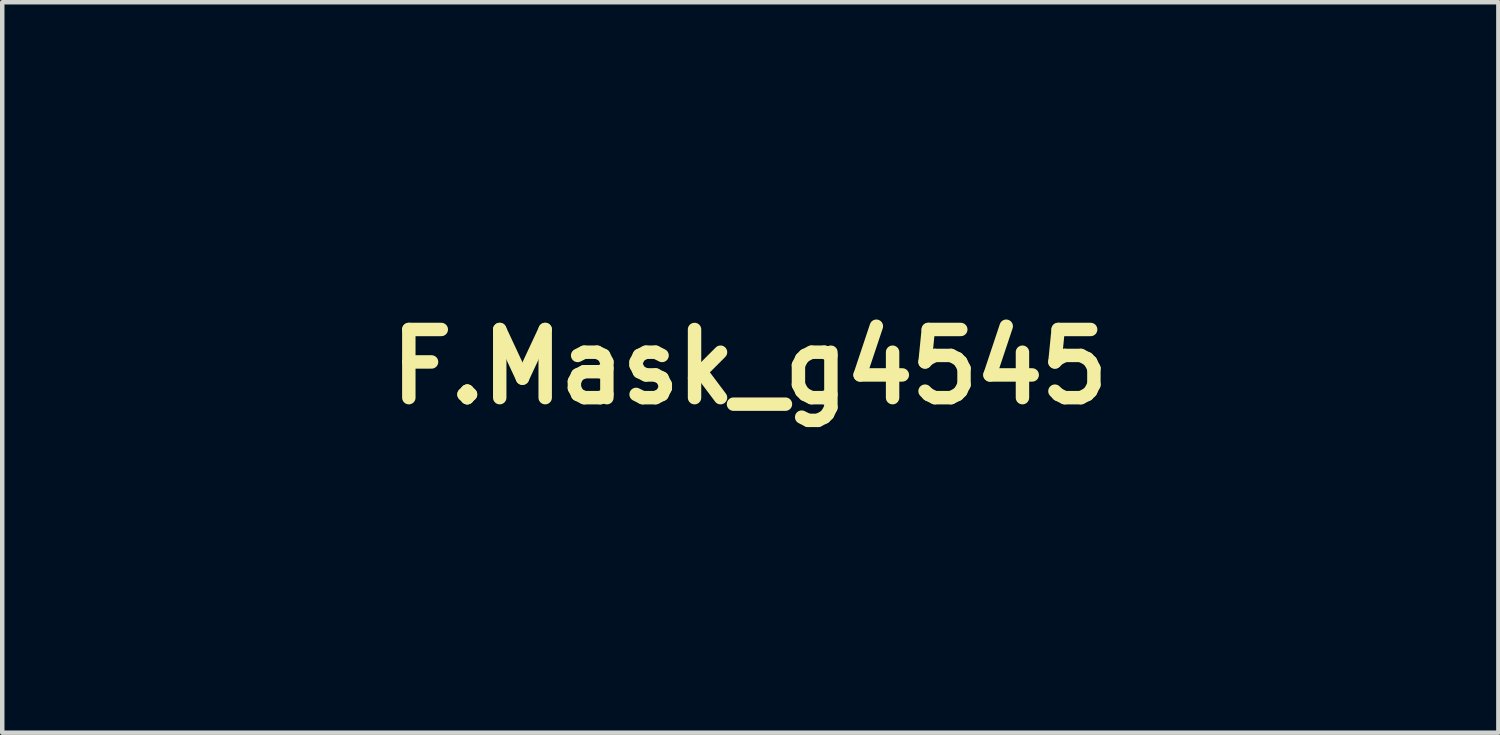
<source format=kicad_pcb>
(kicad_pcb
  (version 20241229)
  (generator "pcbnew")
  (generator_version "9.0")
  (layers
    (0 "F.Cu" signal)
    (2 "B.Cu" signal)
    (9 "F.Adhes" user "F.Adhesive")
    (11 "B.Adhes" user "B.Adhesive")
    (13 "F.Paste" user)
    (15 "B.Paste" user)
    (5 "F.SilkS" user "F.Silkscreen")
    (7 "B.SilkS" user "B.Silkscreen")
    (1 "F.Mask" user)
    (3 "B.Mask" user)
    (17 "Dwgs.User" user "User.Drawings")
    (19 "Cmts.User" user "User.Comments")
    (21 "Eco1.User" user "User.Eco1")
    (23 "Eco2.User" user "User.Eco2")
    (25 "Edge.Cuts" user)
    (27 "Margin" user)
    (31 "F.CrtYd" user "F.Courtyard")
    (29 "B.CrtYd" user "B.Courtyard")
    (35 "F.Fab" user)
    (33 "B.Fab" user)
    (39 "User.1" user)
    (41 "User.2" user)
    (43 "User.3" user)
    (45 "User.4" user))
  (footprint "F.Mask_g4545"
    (layer "F.Cu")
    (at 13.708 5.149)
    (property "Reference" "F.Mask_g4545" (at 0 0 0) (layer "F.SilkS") (effects (font (size 1.524 1.524) (thickness 0.3))))
    (attr through_hole)
    (fp_poly (pts (xy -0.152 -0.813) (xy 0.92 -0.813) (xy 0.906 -0.756) (xy 0.897 -0.701) (xy 0.885 -0.616) (xy 0.875 -0.527) (xy 0.858 -0.356) (xy -0.737 -0.356) (xy -0.737 -2.794) (xy -0.152 -2.794) (xy -0.152 -0.813)) (stroke (width 0.01) (type solid)) (fill yes) (layer "F.Mask"))
    (fp_poly (pts (xy 1.958 1.365) (xy 1.942 1.46) (xy 1.473 1.475) (xy 1.473 2.87) (xy 1.245 2.87) (xy 1.245 1.475) (xy 0.775 1.46) (xy 0.767 1.365) (xy 0.759 1.27) (xy 1.973 1.27) (xy 1.958 1.365)) (stroke (width 0.01) (type solid)) (fill yes) (layer "F.Mask"))
    (fp_poly (pts (xy 8.599 -1.049) (xy 8.701 -0.981) (xy 8.78 -0.876) (xy 8.791 -0.853) (xy 8.829 -0.745) (xy 8.833 -0.651) (xy 8.801 -0.549) (xy 8.787 -0.517) (xy 8.71 -0.411) (xy 8.605 -0.335) (xy 8.484 -0.294) (xy 8.359 -0.295) (xy 8.326 -0.304) (xy 8.205 -0.365) (xy 8.111 -0.46) (xy 8.05 -0.576) (xy 8.03 -0.704) (xy 8.035 -0.751) (xy 8.077 -0.879) (xy 8.153 -0.977) (xy 8.252 -1.044) (xy 8.365 -1.079) (xy 8.484 -1.081) (xy 8.599 -1.049)) (stroke (width 0.01) (type solid)) (fill yes) (layer "F.Mask"))
    (fp_poly (pts (xy -3.937 2.692) (xy -3.607 2.692) (xy -3.607 2.87) (xy -4.547 2.87) (xy -4.547 2.692) (xy -4.14 2.692) (xy -4.14 1.5) (xy -4.299 1.601) (xy -4.38 1.65) (xy -4.446 1.686) (xy -4.484 1.701) (xy -4.487 1.702) (xy -4.514 1.685) (xy -4.551 1.645) (xy -4.582 1.601) (xy -4.595 1.569) (xy -4.593 1.564) (xy -4.569 1.549) (xy -4.511 1.513) (xy -4.429 1.462) (xy -4.35 1.414) (xy -4.22 1.339) (xy -4.123 1.292) (xy -4.05 1.272) (xy -4.026 1.27) (xy -3.937 1.27) (xy -3.937 2.692)) (stroke (width 0.01) (type solid)) (fill yes) (layer "F.Mask"))
    (fp_poly (pts (xy -2.565 2.692) (xy -2.235 2.692) (xy -2.235 2.87) (xy -3.175 2.87) (xy -3.175 2.692) (xy -2.769 2.692) (xy -2.769 1.498) (xy -2.93 1.6) (xy -3.011 1.649) (xy -3.077 1.685) (xy -3.115 1.702) (xy -3.118 1.702) (xy -3.144 1.685) (xy -3.179 1.645) (xy -3.21 1.601) (xy -3.223 1.569) (xy -3.221 1.564) (xy -3.198 1.549) (xy -3.14 1.513) (xy -3.058 1.462) (xy -2.982 1.414) (xy -2.858 1.341) (xy -2.766 1.295) (xy -2.695 1.273) (xy -2.658 1.27) (xy -2.565 1.27) (xy -2.565 2.692)) (stroke (width 0.01) (type solid)) (fill yes) (layer "F.Mask"))
    (fp_poly (pts (xy -1.754 -2.794) (xy -1.575 -2.793) (xy -1.437 -2.792) (xy -1.334 -2.789) (xy -1.261 -2.786) (xy -1.215 -2.78) (xy -1.188 -2.773) (xy -1.177 -2.764) (xy -1.177 -2.752) (xy -1.177 -2.75) (xy -1.188 -2.699) (xy -1.2 -2.621) (xy -1.206 -2.578) (xy -1.214 -2.504) (xy -1.223 -2.449) (xy -1.239 -2.41) (xy -1.269 -2.385) (xy -1.319 -2.37) (xy -1.398 -2.364) (xy -1.511 -2.362) (xy -1.665 -2.362) (xy -1.729 -2.362) (xy -2.21 -2.362) (xy -2.21 -1.753) (xy -1.346 -1.753) (xy -1.346 -1.321) (xy -2.21 -1.321) (xy -2.21 -0.356) (xy -2.794 -0.356) (xy -2.794 -2.794) (xy -1.979 -2.794) (xy -1.754 -2.794)) (stroke (width 0.01) (type solid)) (fill yes) (layer "F.Mask"))
    (fp_poly (pts (xy 6.756 -0.787) (xy 7.214 -0.787) (xy 7.214 -0.356) (xy 5.613 -0.356) (xy 5.613 -0.787) (xy 6.198 -0.787) (xy 6.198 -1.499) (xy 6.197 -1.683) (xy 6.195 -1.849) (xy 6.193 -1.991) (xy 6.19 -2.103) (xy 6.186 -2.178) (xy 6.182 -2.209) (xy 6.181 -2.21) (xy 6.154 -2.197) (xy 6.094 -2.163) (xy 6.011 -2.112) (xy 5.938 -2.067) (xy 5.844 -2.01) (xy 5.764 -1.968) (xy 5.71 -1.947) (xy 5.692 -1.946) (xy 5.665 -1.983) (xy 5.624 -2.046) (xy 5.577 -2.123) (xy 5.531 -2.2) (xy 5.492 -2.268) (xy 5.469 -2.312) (xy 5.465 -2.323) (xy 5.489 -2.338) (xy 5.548 -2.375) (xy 5.637 -2.43) (xy 5.748 -2.498) (xy 5.854 -2.562) (xy 6.235 -2.794) (xy 6.756 -2.794) (xy 6.756 -0.787)) (stroke (width 0.01) (type solid)) (fill yes) (layer "F.Mask"))
    (fp_poly (pts (xy 10.973 -0.787) (xy 11.43 -0.787) (xy 11.43 -0.356) (xy 9.83 -0.356) (xy 9.83 -0.787) (xy 10.414 -0.787) (xy 10.414 -1.499) (xy 10.413 -1.683) (xy 10.412 -1.849) (xy 10.409 -1.991) (xy 10.406 -2.103) (xy 10.403 -2.178) (xy 10.398 -2.209) (xy 10.398 -2.21) (xy 10.371 -2.197) (xy 10.311 -2.163) (xy 10.227 -2.112) (xy 10.155 -2.067) (xy 10.06 -2.01) (xy 9.981 -1.968) (xy 9.927 -1.947) (xy 9.908 -1.946) (xy 9.881 -1.983) (xy 9.841 -2.046) (xy 9.793 -2.123) (xy 9.747 -2.201) (xy 9.708 -2.268) (xy 9.685 -2.312) (xy 9.682 -2.324) (xy 9.705 -2.339) (xy 9.765 -2.375) (xy 9.854 -2.43) (xy 9.965 -2.497) (xy 10.073 -2.563) (xy 10.455 -2.794) (xy 10.973 -2.794) (xy 10.973 -0.787)) (stroke (width 0.01) (type solid)) (fill yes) (layer "F.Mask"))
    (fp_poly (pts (xy -10.109 -0.787) (xy -9.652 -0.787) (xy -9.652 -0.356) (xy -11.252 -0.356) (xy -11.252 -0.787) (xy -10.668 -0.787) (xy -10.668 -1.499) (xy -10.669 -1.683) (xy -10.67 -1.849) (xy -10.673 -1.991) (xy -10.676 -2.103) (xy -10.679 -2.178) (xy -10.684 -2.209) (xy -10.684 -2.21) (xy -10.711 -2.197) (xy -10.771 -2.163) (xy -10.854 -2.112) (xy -10.922 -2.07) (xy -11.015 -2.012) (xy -11.092 -1.966) (xy -11.142 -1.937) (xy -11.157 -1.93) (xy -11.176 -1.95) (xy -11.212 -2.002) (xy -11.259 -2.073) (xy -11.308 -2.152) (xy -11.354 -2.227) (xy -11.387 -2.287) (xy -11.401 -2.32) (xy -11.401 -2.323) (xy -11.377 -2.338) (xy -11.318 -2.375) (xy -11.229 -2.43) (xy -11.118 -2.498) (xy -11.012 -2.563) (xy -10.632 -2.794) (xy -10.109 -2.794) (xy -10.109 -0.787)) (stroke (width 0.01) (type solid)) (fill yes) (layer "F.Mask"))
    (fp_poly (pts (xy 4.866 -1.302) (xy 4.555 -0.368) (xy 4.22 -0.361) (xy 4.075 -0.359) (xy 3.973 -0.361) (xy 3.91 -0.368) (xy 3.879 -0.379) (xy 3.873 -0.387) (xy 3.858 -0.428) (xy 3.83 -0.509) (xy 3.792 -0.623) (xy 3.744 -0.763) (xy 3.689 -0.924) (xy 3.63 -1.098) (xy 3.569 -1.279) (xy 3.507 -1.461) (xy 3.448 -1.637) (xy 3.392 -1.802) (xy 3.343 -1.949) (xy 3.302 -2.07) (xy 3.272 -2.161) (xy 3.255 -2.214) (xy 3.251 -2.225) (xy 3.275 -2.229) (xy 3.34 -2.231) (xy 3.436 -2.232) (xy 3.554 -2.23) (xy 3.561 -2.23) (xy 3.871 -2.223) (xy 4.226 -0.832) (xy 4.383 -1.426) (xy 4.429 -1.598) (xy 4.472 -1.76) (xy 4.51 -1.904) (xy 4.541 -2.02) (xy 4.562 -2.1) (xy 4.57 -2.127) (xy 4.599 -2.235) (xy 5.178 -2.235) (xy 4.866 -1.302)) (stroke (width 0.01) (type solid)) (fill yes) (layer "F.Mask"))
    (fp_poly (pts (xy 2.913 1.646) (xy 3.044 1.707) (xy 3.143 1.807) (xy 3.21 1.946) (xy 3.244 2.123) (xy 3.246 2.151) (xy 3.258 2.337) (xy 2.437 2.337) (xy 2.454 2.407) (xy 2.506 2.543) (xy 2.588 2.639) (xy 2.695 2.694) (xy 2.822 2.705) (xy 2.966 2.671) (xy 3.018 2.649) (xy 3.077 2.623) (xy 3.111 2.624) (xy 3.142 2.652) (xy 3.153 2.665) (xy 3.187 2.713) (xy 3.2 2.743) (xy 3.179 2.764) (xy 3.125 2.797) (xy 3.08 2.82) (xy 2.938 2.867) (xy 2.785 2.887) (xy 2.642 2.877) (xy 2.578 2.859) (xy 2.466 2.795) (xy 2.365 2.698) (xy 2.288 2.584) (xy 2.259 2.511) (xy 2.244 2.425) (xy 2.234 2.316) (xy 2.231 2.226) (xy 2.239 2.159) (xy 2.437 2.159) (xy 2.743 2.159) (xy 2.871 2.159) (xy 2.958 2.156) (xy 3.01 2.15) (xy 3.037 2.14) (xy 3.047 2.123) (xy 3.048 2.107) (xy 3.031 2.02) (xy 2.989 1.928) (xy 2.933 1.857) (xy 2.918 1.845) (xy 2.838 1.813) (xy 2.738 1.805) (xy 2.643 1.821) (xy 2.596 1.843) (xy 2.526 1.919) (xy 2.471 2.03) (xy 2.454 2.089) (xy 2.437 2.159) (xy 2.239 2.159) (xy 2.252 2.042) (xy 2.309 1.887) (xy 2.399 1.764) (xy 2.519 1.678) (xy 2.664 1.632) (xy 2.752 1.626) (xy 2.913 1.646)) (stroke (width 0.01) (type solid)) (fill yes) (layer "F.Mask"))
    (fp_poly (pts (xy 5.45 1.65) (xy 5.497 1.684) (xy 5.556 1.743) (xy 5.629 1.685) (xy 5.718 1.64) (xy 5.822 1.626) (xy 5.92 1.643) (xy 5.962 1.664) (xy 5.999 1.705) (xy 6.028 1.774) (xy 6.048 1.875) (xy 6.06 2.011) (xy 6.066 2.189) (xy 6.065 2.413) (xy 6.065 2.414) (xy 6.058 2.857) (xy 5.867 2.873) (xy 5.867 2.366) (xy 5.867 2.188) (xy 5.865 2.054) (xy 5.861 1.958) (xy 5.855 1.892) (xy 5.845 1.849) (xy 5.833 1.824) (xy 5.827 1.818) (xy 5.791 1.786) (xy 5.775 1.778) (xy 5.73 1.793) (xy 5.671 1.829) (xy 5.621 1.87) (xy 5.604 1.893) (xy 5.599 1.931) (xy 5.594 2.011) (xy 5.591 2.123) (xy 5.589 2.26) (xy 5.588 2.402) (xy 5.588 2.87) (xy 5.385 2.87) (xy 5.385 2.364) (xy 5.384 2.187) (xy 5.382 2.053) (xy 5.378 1.957) (xy 5.372 1.891) (xy 5.363 1.849) (xy 5.35 1.824) (xy 5.345 1.818) (xy 5.308 1.786) (xy 5.293 1.778) (xy 5.248 1.793) (xy 5.189 1.829) (xy 5.139 1.87) (xy 5.121 1.893) (xy 5.116 1.931) (xy 5.112 2.011) (xy 5.108 2.123) (xy 5.106 2.26) (xy 5.105 2.402) (xy 5.105 2.87) (xy 4.902 2.87) (xy 4.902 1.651) (xy 4.991 1.651) (xy 5.052 1.656) (xy 5.077 1.678) (xy 5.08 1.704) (xy 5.083 1.736) (xy 5.098 1.738) (xy 5.136 1.71) (xy 5.158 1.691) (xy 5.253 1.638) (xy 5.355 1.624) (xy 5.45 1.65)) (stroke (width 0.01) (type solid)) (fill yes) (layer "F.Mask"))
    (fp_poly (pts (xy -5.296 1.287) (xy -5.182 1.362) (xy -5.087 1.476) (xy -5.017 1.628) (xy -5.013 1.639) (xy -4.987 1.762) (xy -4.972 1.916) (xy -4.967 2.082) (xy -4.973 2.247) (xy -4.99 2.394) (xy -5.016 2.502) (xy -5.091 2.66) (xy -5.192 2.78) (xy -5.315 2.859) (xy -5.455 2.893) (xy -5.486 2.894) (xy -5.567 2.883) (xy -5.658 2.856) (xy -5.68 2.847) (xy -5.801 2.764) (xy -5.897 2.637) (xy -5.905 2.62) (xy -5.677 2.62) (xy -5.617 2.669) (xy -5.528 2.712) (xy -5.432 2.708) (xy -5.353 2.667) (xy -5.303 2.612) (xy -5.257 2.534) (xy -5.245 2.509) (xy -5.222 2.425) (xy -5.204 2.306) (xy -5.191 2.168) (xy -5.185 2.028) (xy -5.187 1.901) (xy -5.197 1.804) (xy -5.199 1.796) (xy -5.22 1.7) (xy -5.448 2.16) (xy -5.677 2.62) (xy -5.905 2.62) (xy -5.957 2.502) (xy -5.985 2.385) (xy -6.001 2.235) (xy -6.003 2.148) (xy -5.788 2.148) (xy -5.779 2.277) (xy -5.76 2.451) (xy -5.524 1.981) (xy -5.442 1.817) (xy -5.382 1.692) (xy -5.342 1.601) (xy -5.32 1.539) (xy -5.312 1.5) (xy -5.318 1.48) (xy -5.319 1.479) (xy -5.384 1.442) (xy -5.471 1.429) (xy -5.559 1.44) (xy -5.603 1.459) (xy -5.67 1.531) (xy -5.725 1.644) (xy -5.764 1.79) (xy -5.785 1.961) (xy -5.788 2.148) (xy -6.003 2.148) (xy -6.006 2.068) (xy -5.999 1.9) (xy -5.982 1.748) (xy -5.956 1.639) (xy -5.885 1.484) (xy -5.789 1.368) (xy -5.675 1.29) (xy -5.55 1.251) (xy -5.421 1.249) (xy -5.296 1.287)) (stroke (width 0.01) (type solid)) (fill yes) (layer "F.Mask"))
    (fp_poly (pts (xy -1.166 1.295) (xy -1.052 1.38) (xy -0.963 1.506) (xy -0.9 1.673) (xy -0.864 1.88) (xy -0.855 2.07) (xy -0.868 2.307) (xy -0.907 2.502) (xy -0.974 2.656) (xy -1.069 2.772) (xy -1.168 2.838) (xy -1.308 2.887) (xy -1.446 2.886) (xy -1.563 2.848) (xy -1.679 2.775) (xy -1.768 2.672) (xy -1.783 2.642) (xy -1.571 2.642) (xy -1.503 2.679) (xy -1.396 2.715) (xy -1.299 2.701) (xy -1.22 2.646) (xy -1.163 2.572) (xy -1.122 2.474) (xy -1.093 2.343) (xy -1.076 2.207) (xy -1.071 2.112) (xy -1.071 2.009) (xy -1.076 1.907) (xy -1.085 1.817) (xy -1.096 1.75) (xy -1.109 1.717) (xy -1.117 1.718) (xy -1.134 1.747) (xy -1.169 1.814) (xy -1.218 1.912) (xy -1.279 2.034) (xy -1.346 2.173) (xy -1.354 2.191) (xy -1.571 2.642) (xy -1.783 2.642) (xy -1.832 2.536) (xy -1.872 2.362) (xy -1.89 2.146) (xy -1.891 2.07) (xy -1.89 2.047) (xy -1.673 2.047) (xy -1.672 2.147) (xy -1.668 2.247) (xy -1.661 2.336) (xy -1.653 2.402) (xy -1.643 2.434) (xy -1.639 2.434) (xy -1.626 2.41) (xy -1.594 2.347) (xy -1.546 2.253) (xy -1.486 2.133) (xy -1.417 1.996) (xy -1.4 1.963) (xy -1.169 1.5) (xy -1.243 1.461) (xy -1.35 1.426) (xy -1.445 1.439) (xy -1.518 1.484) (xy -1.58 1.559) (xy -1.625 1.668) (xy -1.656 1.816) (xy -1.67 1.958) (xy -1.673 2.047) (xy -1.89 2.047) (xy -1.884 1.865) (xy -1.861 1.7) (xy -1.82 1.567) (xy -1.757 1.457) (xy -1.692 1.381) (xy -1.614 1.312) (xy -1.54 1.274) (xy -1.464 1.256) (xy -1.303 1.253) (xy -1.166 1.295)) (stroke (width 0.01) (type solid)) (fill yes) (layer "F.Mask"))
    (fp_poly (pts (xy -6.151 -2.846) (xy -5.988 -2.797) (xy -5.964 -2.786) (xy -5.81 -2.687) (xy -5.684 -2.553) (xy -5.585 -2.382) (xy -5.512 -2.172) (xy -5.464 -1.921) (xy -5.445 -1.727) (xy -5.442 -1.465) (xy -5.465 -1.217) (xy -5.514 -0.988) (xy -5.586 -0.785) (xy -5.679 -0.615) (xy -5.791 -0.483) (xy -5.852 -0.435) (xy -6.026 -0.346) (xy -6.22 -0.297) (xy -6.419 -0.293) (xy -6.543 -0.314) (xy -6.727 -0.385) (xy -6.881 -0.497) (xy -7.007 -0.651) (xy -7.063 -0.765) (xy -6.507 -0.765) (xy -6.5 -0.75) (xy -6.487 -0.74) (xy -6.482 -0.737) (xy -6.42 -0.719) (xy -6.332 -0.719) (xy -6.24 -0.734) (xy -6.167 -0.76) (xy -6.148 -0.774) (xy -6.101 -0.83) (xy -6.064 -0.909) (xy -6.038 -1.015) (xy -6.019 -1.156) (xy -6.007 -1.337) (xy -6.003 -1.46) (xy -5.992 -1.867) (xy -6.212 -1.422) (xy -6.305 -1.233) (xy -6.378 -1.084) (xy -6.433 -0.97) (xy -6.471 -0.887) (xy -6.495 -0.828) (xy -6.506 -0.789) (xy -6.507 -0.765) (xy -7.063 -0.765) (xy -7.103 -0.845) (xy -7.169 -1.079) (xy -7.206 -1.352) (xy -7.207 -1.393) (xy -6.678 -1.393) (xy -6.673 -1.29) (xy -6.668 -1.256) (xy -6.649 -1.156) (xy -6.454 -1.562) (xy -6.382 -1.711) (xy -6.312 -1.859) (xy -6.248 -1.994) (xy -6.196 -2.104) (xy -6.172 -2.156) (xy -6.086 -2.343) (xy -6.144 -2.391) (xy -6.226 -2.428) (xy -6.313 -2.438) (xy -6.431 -2.416) (xy -6.526 -2.349) (xy -6.595 -2.238) (xy -6.617 -2.176) (xy -6.635 -2.093) (xy -6.65 -1.973) (xy -6.663 -1.829) (xy -6.673 -1.676) (xy -6.678 -1.526) (xy -6.678 -1.393) (xy -7.207 -1.393) (xy -7.214 -1.571) (xy -7.199 -1.874) (xy -7.154 -2.138) (xy -7.079 -2.362) (xy -6.976 -2.547) (xy -6.843 -2.691) (xy -6.682 -2.793) (xy -6.673 -2.797) (xy -6.512 -2.846) (xy -6.332 -2.862) (xy -6.151 -2.846)) (stroke (width 0.01) (type solid)) (fill yes) (layer "F.Mask"))
    (fp_poly (pts (xy -4.044 -2.846) (xy -3.882 -2.798) (xy -3.856 -2.787) (xy -3.696 -2.682) (xy -3.566 -2.538) (xy -3.464 -2.354) (xy -3.391 -2.13) (xy -3.347 -1.864) (xy -3.336 -1.732) (xy -3.333 -1.461) (xy -3.358 -1.207) (xy -3.408 -0.976) (xy -3.482 -0.772) (xy -3.578 -0.603) (xy -3.694 -0.473) (xy -3.745 -0.434) (xy -3.918 -0.345) (xy -4.111 -0.298) (xy -4.309 -0.293) (xy -4.435 -0.314) (xy -4.615 -0.382) (xy -4.766 -0.49) (xy -4.89 -0.638) (xy -4.956 -0.765) (xy -4.399 -0.765) (xy -4.392 -0.75) (xy -4.379 -0.74) (xy -4.374 -0.737) (xy -4.311 -0.719) (xy -4.223 -0.719) (xy -4.132 -0.734) (xy -4.059 -0.76) (xy -4.04 -0.774) (xy -3.992 -0.831) (xy -3.956 -0.909) (xy -3.929 -1.014) (xy -3.91 -1.154) (xy -3.898 -1.334) (xy -3.894 -1.46) (xy -3.884 -1.867) (xy -4.104 -1.422) (xy -4.197 -1.233) (xy -4.27 -1.084) (xy -4.325 -0.97) (xy -4.363 -0.887) (xy -4.387 -0.828) (xy -4.398 -0.789) (xy -4.399 -0.765) (xy -4.956 -0.765) (xy -4.989 -0.829) (xy -5.046 -0.997) (xy -5.07 -1.117) (xy -5.087 -1.273) (xy -5.097 -1.451) (xy -5.098 -1.501) (xy -4.57 -1.501) (xy -4.568 -1.371) (xy -4.56 -1.282) (xy -4.541 -1.156) (xy -4.345 -1.562) (xy -4.274 -1.711) (xy -4.204 -1.859) (xy -4.139 -1.994) (xy -4.088 -2.104) (xy -4.064 -2.156) (xy -3.977 -2.343) (xy -4.036 -2.391) (xy -4.118 -2.428) (xy -4.205 -2.438) (xy -4.323 -2.416) (xy -4.417 -2.349) (xy -4.486 -2.239) (xy -4.509 -2.176) (xy -4.528 -2.086) (xy -4.545 -1.959) (xy -4.558 -1.809) (xy -4.566 -1.652) (xy -4.57 -1.501) (xy -5.098 -1.501) (xy -5.1 -1.634) (xy -5.095 -1.81) (xy -5.081 -1.963) (xy -5.071 -2.027) (xy -5.007 -2.269) (xy -4.915 -2.471) (xy -4.795 -2.633) (xy -4.648 -2.752) (xy -4.565 -2.796) (xy -4.404 -2.845) (xy -4.224 -2.861) (xy -4.044 -2.846)) (stroke (width 0.01) (type solid)) (fill yes) (layer "F.Mask"))
    (fp_poly (pts (xy 4.167 1.634) (xy 4.283 1.654) (xy 4.372 1.7) (xy 4.444 1.774) (xy 4.464 1.801) (xy 4.486 1.837) (xy 4.501 1.876) (xy 4.512 1.926) (xy 4.518 1.996) (xy 4.52 2.097) (xy 4.521 2.236) (xy 4.521 2.276) (xy 4.522 2.426) (xy 4.524 2.533) (xy 4.529 2.607) (xy 4.537 2.655) (xy 4.55 2.686) (xy 4.569 2.709) (xy 4.573 2.713) (xy 4.608 2.758) (xy 4.606 2.808) (xy 4.598 2.83) (xy 4.571 2.878) (xy 4.534 2.886) (xy 4.515 2.882) (xy 4.456 2.852) (xy 4.394 2.806) (xy 4.349 2.768) (xy 4.319 2.762) (xy 4.28 2.788) (xy 4.272 2.795) (xy 4.153 2.861) (xy 4.015 2.89) (xy 3.872 2.88) (xy 3.771 2.845) (xy 3.671 2.776) (xy 3.61 2.683) (xy 3.583 2.56) (xy 3.582 2.524) (xy 3.804 2.524) (xy 3.822 2.612) (xy 3.865 2.676) (xy 3.865 2.676) (xy 3.946 2.711) (xy 4.046 2.714) (xy 4.149 2.688) (xy 4.237 2.633) (xy 4.243 2.628) (xy 4.287 2.58) (xy 4.309 2.53) (xy 4.317 2.46) (xy 4.318 2.408) (xy 4.318 2.261) (xy 4.197 2.261) (xy 4.054 2.272) (xy 3.936 2.305) (xy 3.855 2.355) (xy 3.849 2.361) (xy 3.812 2.433) (xy 3.804 2.524) (xy 3.582 2.524) (xy 3.581 2.506) (xy 3.587 2.411) (xy 3.608 2.344) (xy 3.645 2.291) (xy 3.744 2.209) (xy 3.884 2.152) (xy 4.066 2.119) (xy 4.121 2.115) (xy 4.22 2.107) (xy 4.279 2.097) (xy 4.308 2.083) (xy 4.317 2.059) (xy 4.318 2.042) (xy 4.297 1.94) (xy 4.241 1.861) (xy 4.188 1.827) (xy 4.118 1.813) (xy 4.018 1.809) (xy 3.908 1.816) (xy 3.807 1.831) (xy 3.769 1.841) (xy 3.728 1.844) (xy 3.701 1.814) (xy 3.687 1.779) (xy 3.672 1.723) (xy 3.685 1.694) (xy 3.728 1.672) (xy 3.786 1.657) (xy 3.877 1.644) (xy 3.984 1.635) (xy 4.013 1.633) (xy 4.167 1.634)) (stroke (width 0.01) (type solid)) (fill yes) (layer "F.Mask"))
    (fp_poly (pts (xy -8.207 -2.839) (xy -8.016 -2.785) (xy -7.859 -2.697) (xy -7.739 -2.573) (xy -7.687 -2.487) (xy -7.632 -2.327) (xy -7.622 -2.166) (xy -7.659 -2.014) (xy -7.659 -2.013) (xy -7.705 -1.922) (xy -7.766 -1.846) (xy -7.856 -1.77) (xy -7.882 -1.751) (xy -7.939 -1.707) (xy -7.959 -1.682) (xy -7.948 -1.664) (xy -7.923 -1.65) (xy -7.873 -1.616) (xy -7.805 -1.561) (xy -7.754 -1.516) (xy -7.631 -1.374) (xy -7.555 -1.222) (xy -7.522 -1.065) (xy -7.531 -0.909) (xy -7.579 -0.759) (xy -7.664 -0.62) (xy -7.783 -0.5) (xy -7.935 -0.402) (xy -8.117 -0.332) (xy -8.247 -0.305) (xy -8.354 -0.291) (xy -8.434 -0.285) (xy -8.508 -0.287) (xy -8.598 -0.297) (xy -8.662 -0.306) (xy -8.863 -0.356) (xy -9.035 -0.44) (xy -9.173 -0.555) (xy -9.274 -0.695) (xy -9.332 -0.858) (xy -9.347 -0.998) (xy -9.345 -1.014) (xy -8.77 -1.014) (xy -8.744 -0.893) (xy -8.685 -0.797) (xy -8.599 -0.735) (xy -8.598 -0.735) (xy -8.508 -0.716) (xy -8.399 -0.716) (xy -8.297 -0.733) (xy -8.254 -0.75) (xy -8.172 -0.819) (xy -8.121 -0.916) (xy -8.104 -1.03) (xy -8.122 -1.146) (xy -8.154 -1.214) (xy -8.226 -1.291) (xy -8.345 -1.364) (xy -8.363 -1.373) (xy -8.447 -1.411) (xy -8.515 -1.438) (xy -8.552 -1.448) (xy -8.593 -1.426) (xy -8.644 -1.372) (xy -8.696 -1.297) (xy -8.738 -1.215) (xy -8.759 -1.15) (xy -8.77 -1.014) (xy -9.345 -1.014) (xy -9.329 -1.166) (xy -9.271 -1.309) (xy -9.171 -1.435) (xy -9.024 -1.55) (xy -8.916 -1.619) (xy -9.011 -1.685) (xy -9.121 -1.78) (xy -9.192 -1.888) (xy -9.231 -2.02) (xy -9.242 -2.127) (xy -9.24 -2.195) (xy -8.707 -2.195) (xy -8.688 -2.082) (xy -8.619 -1.981) (xy -8.504 -1.896) (xy -8.474 -1.88) (xy -8.369 -1.828) (xy -8.274 -1.929) (xy -8.218 -1.994) (xy -8.19 -2.049) (xy -8.18 -2.117) (xy -8.179 -2.173) (xy -8.183 -2.261) (xy -8.199 -2.32) (xy -8.234 -2.37) (xy -8.253 -2.39) (xy -8.343 -2.449) (xy -8.444 -2.468) (xy -8.543 -2.449) (xy -8.627 -2.395) (xy -8.678 -2.319) (xy -8.707 -2.195) (xy -9.24 -2.195) (xy -9.238 -2.293) (xy -9.206 -2.429) (xy -9.14 -2.546) (xy -9.046 -2.648) (xy -8.916 -2.748) (xy -8.77 -2.814) (xy -8.598 -2.849) (xy -8.433 -2.857) (xy -8.207 -2.839)) (stroke (width 0.01) (type solid)) (fill yes) (layer "F.Mask"))
    (fp_poly (pts (xy 13.266 -5.069) (xy 13.426 -4.964) (xy 13.564 -4.825) (xy 13.666 -4.668) (xy 13.674 -4.653) (xy 13.729 -4.534) (xy 13.729 4.559) (xy 13.657 4.704) (xy 13.556 4.859) (xy 13.416 4.996) (xy 13.248 5.105) (xy 13.239 5.109) (xy 13.119 5.169) (xy 0.064 5.173) (xy -0.749 5.173) (xy -1.549 5.173) (xy -2.335 5.173) (xy -3.106 5.173) (xy -3.859 5.173) (xy -4.594 5.173) (xy -5.309 5.173) (xy -6.002 5.172) (xy -6.672 5.172) (xy -7.318 5.172) (xy -7.937 5.171) (xy -8.529 5.171) (xy -9.091 5.17) (xy -9.623 5.169) (xy -10.123 5.169) (xy -10.589 5.168) (xy -11.02 5.167) (xy -11.414 5.166) (xy -11.77 5.165) (xy -12.087 5.165) (xy -12.362 5.164) (xy -12.594 5.163) (xy -12.782 5.162) (xy -12.924 5.16) (xy -13.019 5.159) (xy -13.066 5.158) (xy -13.07 5.158) (xy -13.244 5.092) (xy -13.405 4.985) (xy -13.543 4.846) (xy -13.645 4.686) (xy -13.648 4.678) (xy -13.703 4.559) (xy -13.703 1.739) (xy -13.255 1.739) (xy -13.255 2.232) (xy -13.254 2.675) (xy -13.254 3.068) (xy -13.252 3.411) (xy -13.25 3.705) (xy -13.248 3.95) (xy -13.246 4.146) (xy -13.243 4.293) (xy -13.24 4.392) (xy -13.236 4.442) (xy -13.235 4.447) (xy -13.199 4.526) (xy -13.15 4.593) (xy -13.147 4.595) (xy -13.139 4.604) (xy -13.132 4.613) (xy -13.126 4.622) (xy -13.121 4.63) (xy -13.113 4.638) (xy -13.103 4.645) (xy -13.088 4.652) (xy -13.068 4.658) (xy -13.041 4.664) (xy -13.006 4.67) (xy -12.961 4.675) (xy -12.906 4.68) (xy -12.839 4.684) (xy -12.758 4.688) (xy -12.663 4.692) (xy -12.552 4.696) (xy -12.424 4.699) (xy -12.277 4.702) (xy -12.111 4.705) (xy -11.923 4.707) (xy -11.713 4.709) (xy -11.479 4.711) (xy -11.221 4.713) (xy -10.936 4.714) (xy -10.623 4.716) (xy -10.282 4.717) (xy -9.91 4.717) (xy -9.507 4.718) (xy -9.071 4.719) (xy -8.601 4.719) (xy -8.096 4.719) (xy -7.554 4.72) (xy -6.974 4.72) (xy -6.355 4.72) (xy -5.695 4.719) (xy -4.994 4.719) (xy -4.249 4.719) (xy -3.46 4.719) (xy -2.625 4.718) (xy -1.742 4.718) (xy -0.812 4.717) (xy 0.051 4.717) (xy 1.019 4.717) (xy 1.937 4.716) (xy 2.807 4.716) (xy 3.631 4.715) (xy 4.408 4.715) (xy 5.142 4.715) (xy 5.832 4.714) (xy 6.481 4.714) (xy 7.09 4.713) (xy 7.659 4.713) (xy 8.191 4.712) (xy 8.687 4.712) (xy 9.147 4.711) (xy 9.573 4.711) (xy 9.967 4.71) (xy 10.33 4.709) (xy 10.663 4.708) (xy 10.968 4.707) (xy 11.245 4.706) (xy 11.496 4.705) (xy 11.723 4.704) (xy 11.926 4.703) (xy 12.107 4.702) (xy 12.268 4.7) (xy 12.409 4.698) (xy 12.532 4.697) (xy 12.638 4.695) (xy 12.729 4.693) (xy 12.805 4.691) (xy 12.869 4.688) (xy 12.921 4.686) (xy 12.963 4.683) (xy 12.996 4.681) (xy 13.021 4.678) (xy 13.04 4.675) (xy 13.054 4.672) (xy 13.064 4.668) (xy 13.072 4.664) (xy 13.078 4.661) (xy 13.152 4.607) (xy 13.214 4.544) (xy 13.218 4.538) (xy 13.271 4.467) (xy 13.271 -4.441) (xy 13.218 -4.513) (xy 13.158 -4.576) (xy 13.085 -4.632) (xy 13.078 -4.636) (xy 13.072 -4.639) (xy 13.064 -4.643) (xy 13.053 -4.646) (xy 13.039 -4.65) (xy 13.02 -4.653) (xy 12.995 -4.655) (xy 12.961 -4.658) (xy 12.919 -4.661) (xy 12.867 -4.663) (xy 12.802 -4.665) (xy 12.725 -4.667) (xy 12.634 -4.669) (xy 12.527 -4.671) (xy 12.404 -4.673) (xy 12.262 -4.674) (xy 12.101 -4.676) (xy 11.919 -4.677) (xy 11.715 -4.678) (xy 11.488 -4.679) (xy 11.236 -4.68) (xy 10.958 -4.681) (xy 10.653 -4.682) (xy 10.319 -4.683) (xy 9.956 -4.683) (xy 9.561 -4.684) (xy 9.134 -4.684) (xy 8.673 -4.685) (xy 8.176 -4.685) (xy 7.644 -4.685) (xy 7.074 -4.686) (xy 6.464 -4.686) (xy 5.814 -4.686) (xy 5.123 -4.686) (xy 4.389 -4.686) (xy 3.61 -4.686) (xy 2.786 -4.686) (xy 1.915 -4.686) (xy 0.996 -4.686) (xy 0.028 -4.686) (xy 0.013 -4.686) (xy -0.957 -4.686) (xy -1.876 -4.686) (xy -2.748 -4.686) (xy -3.573 -4.686) (xy -4.352 -4.686) (xy -5.087 -4.686) (xy -5.779 -4.686) (xy -6.429 -4.686) (xy -7.039 -4.686) (xy -7.61 -4.685) (xy -8.143 -4.685) (xy -8.64 -4.685) (xy -9.102 -4.684) (xy -9.529 -4.684) (xy -9.925 -4.683) (xy -10.289 -4.683) (xy -10.623 -4.682) (xy -10.929 -4.681) (xy -11.207 -4.68) (xy -11.459 -4.679) (xy -11.687 -4.678) (xy -11.891 -4.677) (xy -12.073 -4.676) (xy -12.235 -4.674) (xy -12.377 -4.673) (xy -12.5 -4.671) (xy -12.607 -4.669) (xy -12.699 -4.667) (xy -12.776 -4.665) (xy -12.84 -4.663) (xy -12.893 -4.661) (xy -12.935 -4.658) (xy -12.969 -4.656) (xy -12.994 -4.653) (xy -13.014 -4.65) (xy -13.028 -4.646) (xy -13.038 -4.643) (xy -13.046 -4.639) (xy -13.053 -4.636) (xy -13.053 -4.636) (xy -13.126 -4.581) (xy -13.189 -4.518) (xy -13.193 -4.513) (xy -13.246 -4.441) (xy -13.254 -0.043) (xy -13.255 0.602) (xy -13.255 1.195) (xy -13.255 1.739) (xy -13.703 1.739) (xy -13.703 -4.534) (xy -13.648 -4.653) (xy -13.55 -4.811) (xy -13.415 -4.952) (xy -13.257 -5.061) (xy -13.241 -5.069) (xy -13.094 -5.144) (xy 13.119 -5.144) (xy 13.266 -5.069)) (stroke (width 0.01) (type solid)) (fill yes) (layer "F.Mask")))
  (gr_rect
    (start -3 -3)
    (end 30.442 13.327)
    (stroke (width 0.1) (type default))
    (fill no)
    (layer "Edge.Cuts")))
</source>
